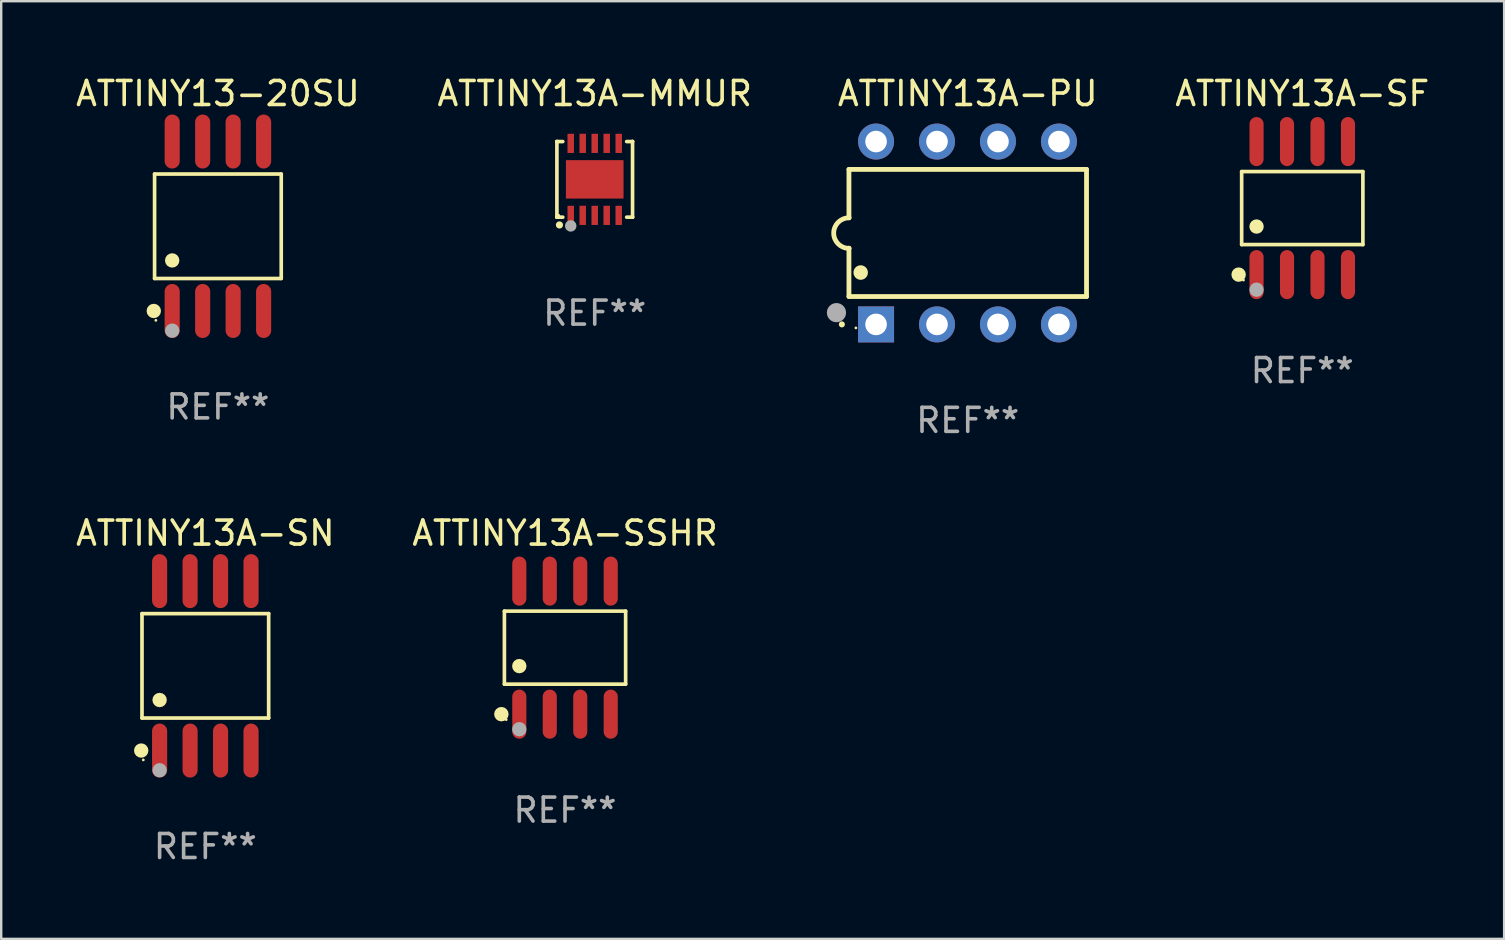
<source format=kicad_pcb>
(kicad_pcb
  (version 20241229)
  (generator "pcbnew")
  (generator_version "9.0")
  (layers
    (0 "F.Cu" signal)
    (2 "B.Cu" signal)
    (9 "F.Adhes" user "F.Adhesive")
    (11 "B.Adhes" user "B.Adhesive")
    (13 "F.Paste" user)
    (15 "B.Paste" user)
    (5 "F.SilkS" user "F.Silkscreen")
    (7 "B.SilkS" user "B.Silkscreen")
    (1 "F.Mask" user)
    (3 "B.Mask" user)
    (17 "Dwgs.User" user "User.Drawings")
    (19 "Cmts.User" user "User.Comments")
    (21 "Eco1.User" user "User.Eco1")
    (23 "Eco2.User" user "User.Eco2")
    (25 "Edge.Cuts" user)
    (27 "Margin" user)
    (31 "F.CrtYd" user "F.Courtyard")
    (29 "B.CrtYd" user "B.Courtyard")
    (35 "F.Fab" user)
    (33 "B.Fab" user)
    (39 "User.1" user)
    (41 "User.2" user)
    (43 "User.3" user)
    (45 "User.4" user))
  (footprint "ATTINY13-20SU"
    (layer "F.Cu")
    (at 6.03 6.378)
    (property "Reference" "ATTINY13-20SU" (at 0 -5.53 0) (layer "F.SilkS") (effects (font (size 1 1) (thickness 0.15))))
    (attr through_hole)
    (fp_line (start -2.639 -2.176) (end 2.639 -2.176) (stroke (width 0.152) (type solid)) (layer "F.SilkS"))
    (fp_line (start -2.639 2.176) (end -2.639 -2.176) (stroke (width 0.152) (type solid)) (layer "F.SilkS"))
    (fp_line (start 2.639 -2.176) (end 2.639 2.176) (stroke (width 0.152) (type solid)) (layer "F.SilkS"))
    (fp_line (start 2.639 2.176) (end -2.639 2.176) (stroke (width 0.152) (type solid)) (layer "F.SilkS"))
    (fp_circle (center -2.672 3.53) (end -2.522 3.53) (stroke (width 0.3) (type solid)) (fill no) (layer "F.SilkS"))
    (fp_circle (center -2.585 3.92) (end -2.555 3.92) (stroke (width 0.06) (type solid)) (fill no) (layer "F.SilkS"))
    (fp_circle (center -1.905 1.424) (end -1.755 1.424) (stroke (width 0.3) (type solid)) (fill no) (layer "F.SilkS"))
    (fp_circle (center -1.905 4.35) (end -1.755 4.35) (stroke (width 0.3) (type solid)) (fill no) (layer "F.Fab"))
    (fp_text user "REF**" (at 0 7.53 0) (layer "F.Fab") (effects (font (size 1 1) (thickness 0.15))))
    (pad "1" smd oval (at -1.905 3.53) (size 0.63 2.25) (layers "F.Cu" "F.Mask" "F.Paste"))
    (pad "2" smd oval (at -0.635 3.53) (size 0.63 2.25) (layers "F.Cu" "F.Mask" "F.Paste"))
    (pad "3" smd oval (at 0.635 3.53) (size 0.63 2.25) (layers "F.Cu" "F.Mask" "F.Paste"))
    (pad "4" smd oval (at 1.905 3.53) (size 0.63 2.25) (layers "F.Cu" "F.Mask" "F.Paste"))
    (pad "5" smd oval (at 1.905 -3.53) (size 0.63 2.25) (layers "F.Cu" "F.Mask" "F.Paste"))
    (pad "6" smd oval (at 0.635 -3.53) (size 0.63 2.25) (layers "F.Cu" "F.Mask" "F.Paste"))
    (pad "7" smd oval (at -0.635 -3.53) (size 0.63 2.25) (layers "F.Cu" "F.Mask" "F.Paste"))
    (pad "8" smd oval (at -1.905 -3.53) (size 0.63 2.25) (layers "F.Cu" "F.Mask" "F.Paste")))
  (footprint "ATTINY13A-SF"
    (layer "F.Cu")
    (at 51.215 5.621)
    (property "Reference" "ATTINY13A-SF" (at 0 -4.772 0) (layer "F.SilkS") (effects (font (size 1 1) (thickness 0.15))))
    (attr through_hole)
    (fp_line (start -2.526 -1.521) (end 2.526 -1.521) (stroke (width 0.152) (type solid)) (layer "F.SilkS"))
    (fp_line (start -2.526 1.521) (end -2.526 -1.521) (stroke (width 0.152) (type solid)) (layer "F.SilkS"))
    (fp_line (start 2.526 -1.521) (end 2.526 1.521) (stroke (width 0.152) (type solid)) (layer "F.SilkS"))
    (fp_line (start 2.526 1.521) (end -2.526 1.521) (stroke (width 0.152) (type solid)) (layer "F.SilkS"))
    (fp_circle (center -2.652 2.772) (end -2.501 2.772) (stroke (width 0.3) (type solid)) (fill no) (layer "F.SilkS"))
    (fp_circle (center -2.45 3) (end -2.42 3) (stroke (width 0.06) (type solid)) (fill no) (layer "F.SilkS"))
    (fp_circle (center -1.905 0.769) (end -1.755 0.769) (stroke (width 0.3) (type solid)) (fill no) (layer "F.SilkS"))
    (fp_circle (center -1.905 3.4) (end -1.755 3.4) (stroke (width 0.3) (type solid)) (fill no) (layer "F.Fab"))
    (fp_text user "REF**" (at 0 6.772 0) (layer "F.Fab") (effects (font (size 1 1) (thickness 0.15))))
    (pad "1" smd oval (at -1.905 2.772) (size 0.588 2.045) (layers "F.Cu" "F.Mask" "F.Paste"))
    (pad "2" smd oval (at -0.635 2.772) (size 0.588 2.045) (layers "F.Cu" "F.Mask" "F.Paste"))
    (pad "3" smd oval (at 0.635 2.772) (size 0.588 2.045) (layers "F.Cu" "F.Mask" "F.Paste"))
    (pad "4" smd oval (at 1.905 2.772) (size 0.588 2.045) (layers "F.Cu" "F.Mask" "F.Paste"))
    (pad "5" smd oval (at 1.905 -2.772) (size 0.588 2.045) (layers "F.Cu" "F.Mask" "F.Paste"))
    (pad "6" smd oval (at 0.635 -2.772) (size 0.588 2.045) (layers "F.Cu" "F.Mask" "F.Paste"))
    (pad "7" smd oval (at -0.635 -2.772) (size 0.588 2.045) (layers "F.Cu" "F.Mask" "F.Paste"))
    (pad "8" smd oval (at -1.905 -2.772) (size 0.588 2.045) (layers "F.Cu" "F.Mask" "F.Paste")))
  (footprint "ATTINY13A-PU"
    (layer "F.Cu")
    (at 37.275 6.658)
    (property "Reference" "ATTINY13A-PU" (at 0 -5.81 0) (layer "F.SilkS") (effects (font (size 1 1) (thickness 0.15))))
    (attr through_hole)
    (fp_line (start -4.95 -2.649) (end 4.95 -2.649) (stroke (width 0.2) (type solid)) (layer "F.SilkS"))
    (fp_line (start -4.95 -0.635) (end -4.95 -2.649) (stroke (width 0.2) (type solid)) (layer "F.SilkS"))
    (fp_line (start -4.95 0.635) (end -4.95 0.64) (stroke (width 0.2) (type solid)) (layer "F.SilkS"))
    (fp_line (start -4.95 2.649) (end -4.95 0.635) (stroke (width 0.2) (type solid)) (layer "F.SilkS"))
    (fp_line (start -4.95 -0.64) (end -4.95 -0.635) (stroke (width 0.2) (type solid)) (layer "F.SilkS"))
    (fp_line (start 4.95 -2.649) (end 4.95 2.649) (stroke (width 0.2) (type solid)) (layer "F.SilkS"))
    (fp_line (start 4.95 2.649) (end -4.95 2.649) (stroke (width 0.2) (type solid)) (layer "F.SilkS"))
    (fp_arc (start -5.24511 3.810008) (mid -5.245117 3.808738) (end -5.24511 3.807468) (stroke (width 0.25) (type solid)) (layer "F.SilkS"))
    (fp_arc (start -4.950165 0.640005) (mid -5.585166 0.005004) (end -4.950165 -0.629997) (stroke (width 0.2) (type solid)) (layer "F.SilkS"))
    (fp_arc (start -4.460249 1.651003) (mid -4.46026 1.648463) (end -4.460249 1.645923) (stroke (width 0.6) (type solid)) (layer "F.SilkS"))
    (fp_circle (center -4.66 3.956) (end -4.63 3.956) (stroke (width 0.06) (type solid)) (fill no) (layer "F.SilkS"))
    (fp_circle (center -5.47 3.32) (end -5.27 3.32) (stroke (width 0.4) (type solid)) (fill no) (layer "F.Fab"))
    (fp_text user "REF**" (at 0 7.81 0) (layer "F.Fab") (effects (font (size 1 1) (thickness 0.15))))
    (pad "1" thru_hole rect (at -3.82 3.81) (size 1.5 1.5) (drill 0.9) (layers "*.Cu" "*.Mask"))
    (pad "2" thru_hole circle (at -1.28 3.81) (size 1.5 1.5) (drill 0.9) (layers "*.Cu" "*.Mask"))
    (pad "3" thru_hole circle (at 1.26 3.81) (size 1.5 1.5) (drill 0.9) (layers "*.Cu" "*.Mask"))
    (pad "4" thru_hole circle (at 3.8 3.81) (size 1.5 1.5) (drill 0.9) (layers "*.Cu" "*.Mask"))
    (pad "5" thru_hole circle (at 3.8 -3.81) (size 1.5 1.5) (drill 0.9) (layers "*.Cu" "*.Mask"))
    (pad "6" thru_hole circle (at 1.26 -3.81) (size 1.5 1.5) (drill 0.9) (layers "*.Cu" "*.Mask"))
    (pad "7" thru_hole circle (at -1.28 -3.81) (size 1.5 1.5) (drill 0.9) (layers "*.Cu" "*.Mask"))
    (pad "8" thru_hole circle (at -3.82 -3.81) (size 1.5 1.5) (drill 0.9) (layers "*.Cu" "*.Mask")))
  (footprint "ATTINY13A-SN"
    (layer "F.Cu")
    (at 5.506 24.695)
    (property "Reference" "ATTINY13A-SN" (at 0 -5.53 0) (layer "F.SilkS") (effects (font (size 1 1) (thickness 0.15))))
    (attr through_hole)
    (fp_line (start -2.639 -2.176) (end 2.639 -2.176) (stroke (width 0.152) (type solid)) (layer "F.SilkS"))
    (fp_line (start -2.639 2.176) (end -2.639 -2.176) (stroke (width 0.152) (type solid)) (layer "F.SilkS"))
    (fp_line (start 2.639 -2.176) (end 2.639 2.176) (stroke (width 0.152) (type solid)) (layer "F.SilkS"))
    (fp_line (start 2.639 2.176) (end -2.639 2.176) (stroke (width 0.152) (type solid)) (layer "F.SilkS"))
    (fp_circle (center -2.672 3.53) (end -2.522 3.53) (stroke (width 0.3) (type solid)) (fill no) (layer "F.SilkS"))
    (fp_circle (center -2.585 3.92) (end -2.555 3.92) (stroke (width 0.06) (type solid)) (fill no) (layer "F.SilkS"))
    (fp_circle (center -1.905 1.424) (end -1.755 1.424) (stroke (width 0.3) (type solid)) (fill no) (layer "F.SilkS"))
    (fp_circle (center -1.905 4.35) (end -1.755 4.35) (stroke (width 0.3) (type solid)) (fill no) (layer "F.Fab"))
    (fp_text user "REF**" (at 0 7.53 0) (layer "F.Fab") (effects (font (size 1 1) (thickness 0.15))))
    (pad "1" smd oval (at -1.905 3.53) (size 0.63 2.25) (layers "F.Cu" "F.Mask" "F.Paste"))
    (pad "2" smd oval (at -0.635 3.53) (size 0.63 2.25) (layers "F.Cu" "F.Mask" "F.Paste"))
    (pad "3" smd oval (at 0.635 3.53) (size 0.63 2.25) (layers "F.Cu" "F.Mask" "F.Paste"))
    (pad "4" smd oval (at 1.905 3.53) (size 0.63 2.25) (layers "F.Cu" "F.Mask" "F.Paste"))
    (pad "5" smd oval (at 1.905 -3.53) (size 0.63 2.25) (layers "F.Cu" "F.Mask" "F.Paste"))
    (pad "6" smd oval (at 0.635 -3.53) (size 0.63 2.25) (layers "F.Cu" "F.Mask" "F.Paste"))
    (pad "7" smd oval (at -0.635 -3.53) (size 0.63 2.25) (layers "F.Cu" "F.Mask" "F.Paste"))
    (pad "8" smd oval (at -1.905 -3.53) (size 0.63 2.25) (layers "F.Cu" "F.Mask" "F.Paste")))
  (footprint "ATTINY13A-SSHR"
    (layer "F.Cu")
    (at 20.494 23.937)
    (property "Reference" "ATTINY13A-SSHR" (at 0 -4.772 0) (layer "F.SilkS") (effects (font (size 1 1) (thickness 0.15))))
    (attr through_hole)
    (fp_line (start -2.526 -1.521) (end 2.526 -1.521) (stroke (width 0.152) (type solid)) (layer "F.SilkS"))
    (fp_line (start -2.526 1.521) (end -2.526 -1.521) (stroke (width 0.152) (type solid)) (layer "F.SilkS"))
    (fp_line (start 2.526 -1.521) (end 2.526 1.521) (stroke (width 0.152) (type solid)) (layer "F.SilkS"))
    (fp_line (start 2.526 1.521) (end -2.526 1.521) (stroke (width 0.152) (type solid)) (layer "F.SilkS"))
    (fp_circle (center -2.652 2.772) (end -2.501 2.772) (stroke (width 0.3) (type solid)) (fill no) (layer "F.SilkS"))
    (fp_circle (center -2.45 3) (end -2.42 3) (stroke (width 0.06) (type solid)) (fill no) (layer "F.SilkS"))
    (fp_circle (center -1.905 0.769) (end -1.755 0.769) (stroke (width 0.3) (type solid)) (fill no) (layer "F.SilkS"))
    (fp_circle (center -1.905 3.4) (end -1.755 3.4) (stroke (width 0.3) (type solid)) (fill no) (layer "F.Fab"))
    (fp_text user "REF**" (at 0 6.772 0) (layer "F.Fab") (effects (font (size 1 1) (thickness 0.15))))
    (pad "1" smd oval (at -1.905 2.772) (size 0.588 2.045) (layers "F.Cu" "F.Mask" "F.Paste"))
    (pad "2" smd oval (at -0.635 2.772) (size 0.588 2.045) (layers "F.Cu" "F.Mask" "F.Paste"))
    (pad "3" smd oval (at 0.635 2.772) (size 0.588 2.045) (layers "F.Cu" "F.Mask" "F.Paste"))
    (pad "4" smd oval (at 1.905 2.772) (size 0.588 2.045) (layers "F.Cu" "F.Mask" "F.Paste"))
    (pad "5" smd oval (at 1.905 -2.772) (size 0.588 2.045) (layers "F.Cu" "F.Mask" "F.Paste"))
    (pad "6" smd oval (at 0.635 -2.772) (size 0.588 2.045) (layers "F.Cu" "F.Mask" "F.Paste"))
    (pad "7" smd oval (at -0.635 -2.772) (size 0.588 2.045) (layers "F.Cu" "F.Mask" "F.Paste"))
    (pad "8" smd oval (at -1.905 -2.772) (size 0.588 2.045) (layers "F.Cu" "F.Mask" "F.Paste")))
  (footprint "ATTINY13A-MMUR"
    (layer "F.Cu")
    (at 21.732 4.424)
    (property "Reference" "ATTINY13A-MMUR" (at 0 -3.576 0) (layer "F.SilkS") (effects (font (size 1 1) (thickness 0.15))))
    (attr through_hole)
    (fp_line (start -1.576 -1.576) (end -1.576 -1.576) (stroke (width 0.152) (type solid)) (layer "F.SilkS"))
    (fp_line (start -1.576 -1.576) (end -1.331 -1.576) (stroke (width 0.152) (type solid)) (layer "F.SilkS"))
    (fp_line (start -1.576 1.576) (end -1.576 -1.576) (stroke (width 0.152) (type solid)) (layer "F.SilkS"))
    (fp_line (start -1.576 1.576) (end -1.576 1.576) (stroke (width 0.152) (type solid)) (layer "F.SilkS"))
    (fp_line (start -1.331 1.576) (end -1.576 1.576) (stroke (width 0.152) (type solid)) (layer "F.SilkS"))
    (fp_line (start 1.331 1.576) (end 1.576 1.576) (stroke (width 0.152) (type solid)) (layer "F.SilkS"))
    (fp_line (start 1.576 -1.576) (end 1.331 -1.576) (stroke (width 0.152) (type solid)) (layer "F.SilkS"))
    (fp_line (start 1.576 -1.576) (end 1.576 -1.576) (stroke (width 0.152) (type solid)) (layer "F.SilkS"))
    (fp_line (start 1.576 1.576) (end 1.576 -1.576) (stroke (width 0.152) (type solid)) (layer "F.SilkS"))
    (fp_line (start 1.576 1.576) (end 1.576 1.576) (stroke (width 0.152) (type solid)) (layer "F.SilkS"))
    (fp_circle (center -1.5 1.5) (end -1.47 1.5) (stroke (width 0.06) (type solid)) (fill no) (layer "F.SilkS"))
    (fp_circle (center -1.47 1.9) (end -1.395 1.9) (stroke (width 0.15) (type solid)) (fill no) (layer "F.SilkS"))
    (fp_circle (center -1 1.94) (end -0.88 1.94) (stroke (width 0.24) (type solid)) (fill no) (layer "F.Fab"))
    (fp_text user "REF**" (at 0 5.576 0) (layer "F.Fab") (effects (font (size 1 1) (thickness 0.15))))
    (pad "1" smd rect (at -1 1.5) (size 0.27 0.8) (layers "F.Cu" "F.Mask" "F.Paste"))
    (pad "2" smd rect (at -0.5 1.5) (size 0.27 0.8) (layers "F.Cu" "F.Mask" "F.Paste"))
    (pad "3" smd rect (at 0 1.5) (size 0.27 0.8) (layers "F.Cu" "F.Mask" "F.Paste"))
    (pad "4" smd rect (at 0.5 1.5) (size 0.27 0.8) (layers "F.Cu" "F.Mask" "F.Paste"))
    (pad "5" smd rect (at 1 1.5) (size 0.27 0.8) (layers "F.Cu" "F.Mask" "F.Paste"))
    (pad "6" smd rect (at 1 -1.5) (size 0.27 0.8) (layers "F.Cu" "F.Mask" "F.Paste"))
    (pad "7" smd rect (at 0.5 -1.5) (size 0.27 0.8) (layers "F.Cu" "F.Mask" "F.Paste"))
    (pad "8" smd rect (at 0 -1.5) (size 0.27 0.8) (layers "F.Cu" "F.Mask" "F.Paste"))
    (pad "9" smd rect (at -0.5 -1.5) (size 0.27 0.8) (layers "F.Cu" "F.Mask" "F.Paste"))
    (pad "10" smd rect (at -1 -1.5) (size 0.27 0.8) (layers "F.Cu" "F.Mask" "F.Paste"))
    (pad "11" smd rect (at 0 0) (size 2.4 1.6) (layers "F.Cu" "F.Mask" "F.Paste")))
  (gr_rect
    (start -3 -3)
    (end 59.626 36.073)
    (stroke (width 0.1) (type default))
    (fill no)
    (layer "Edge.Cuts")))
</source>
